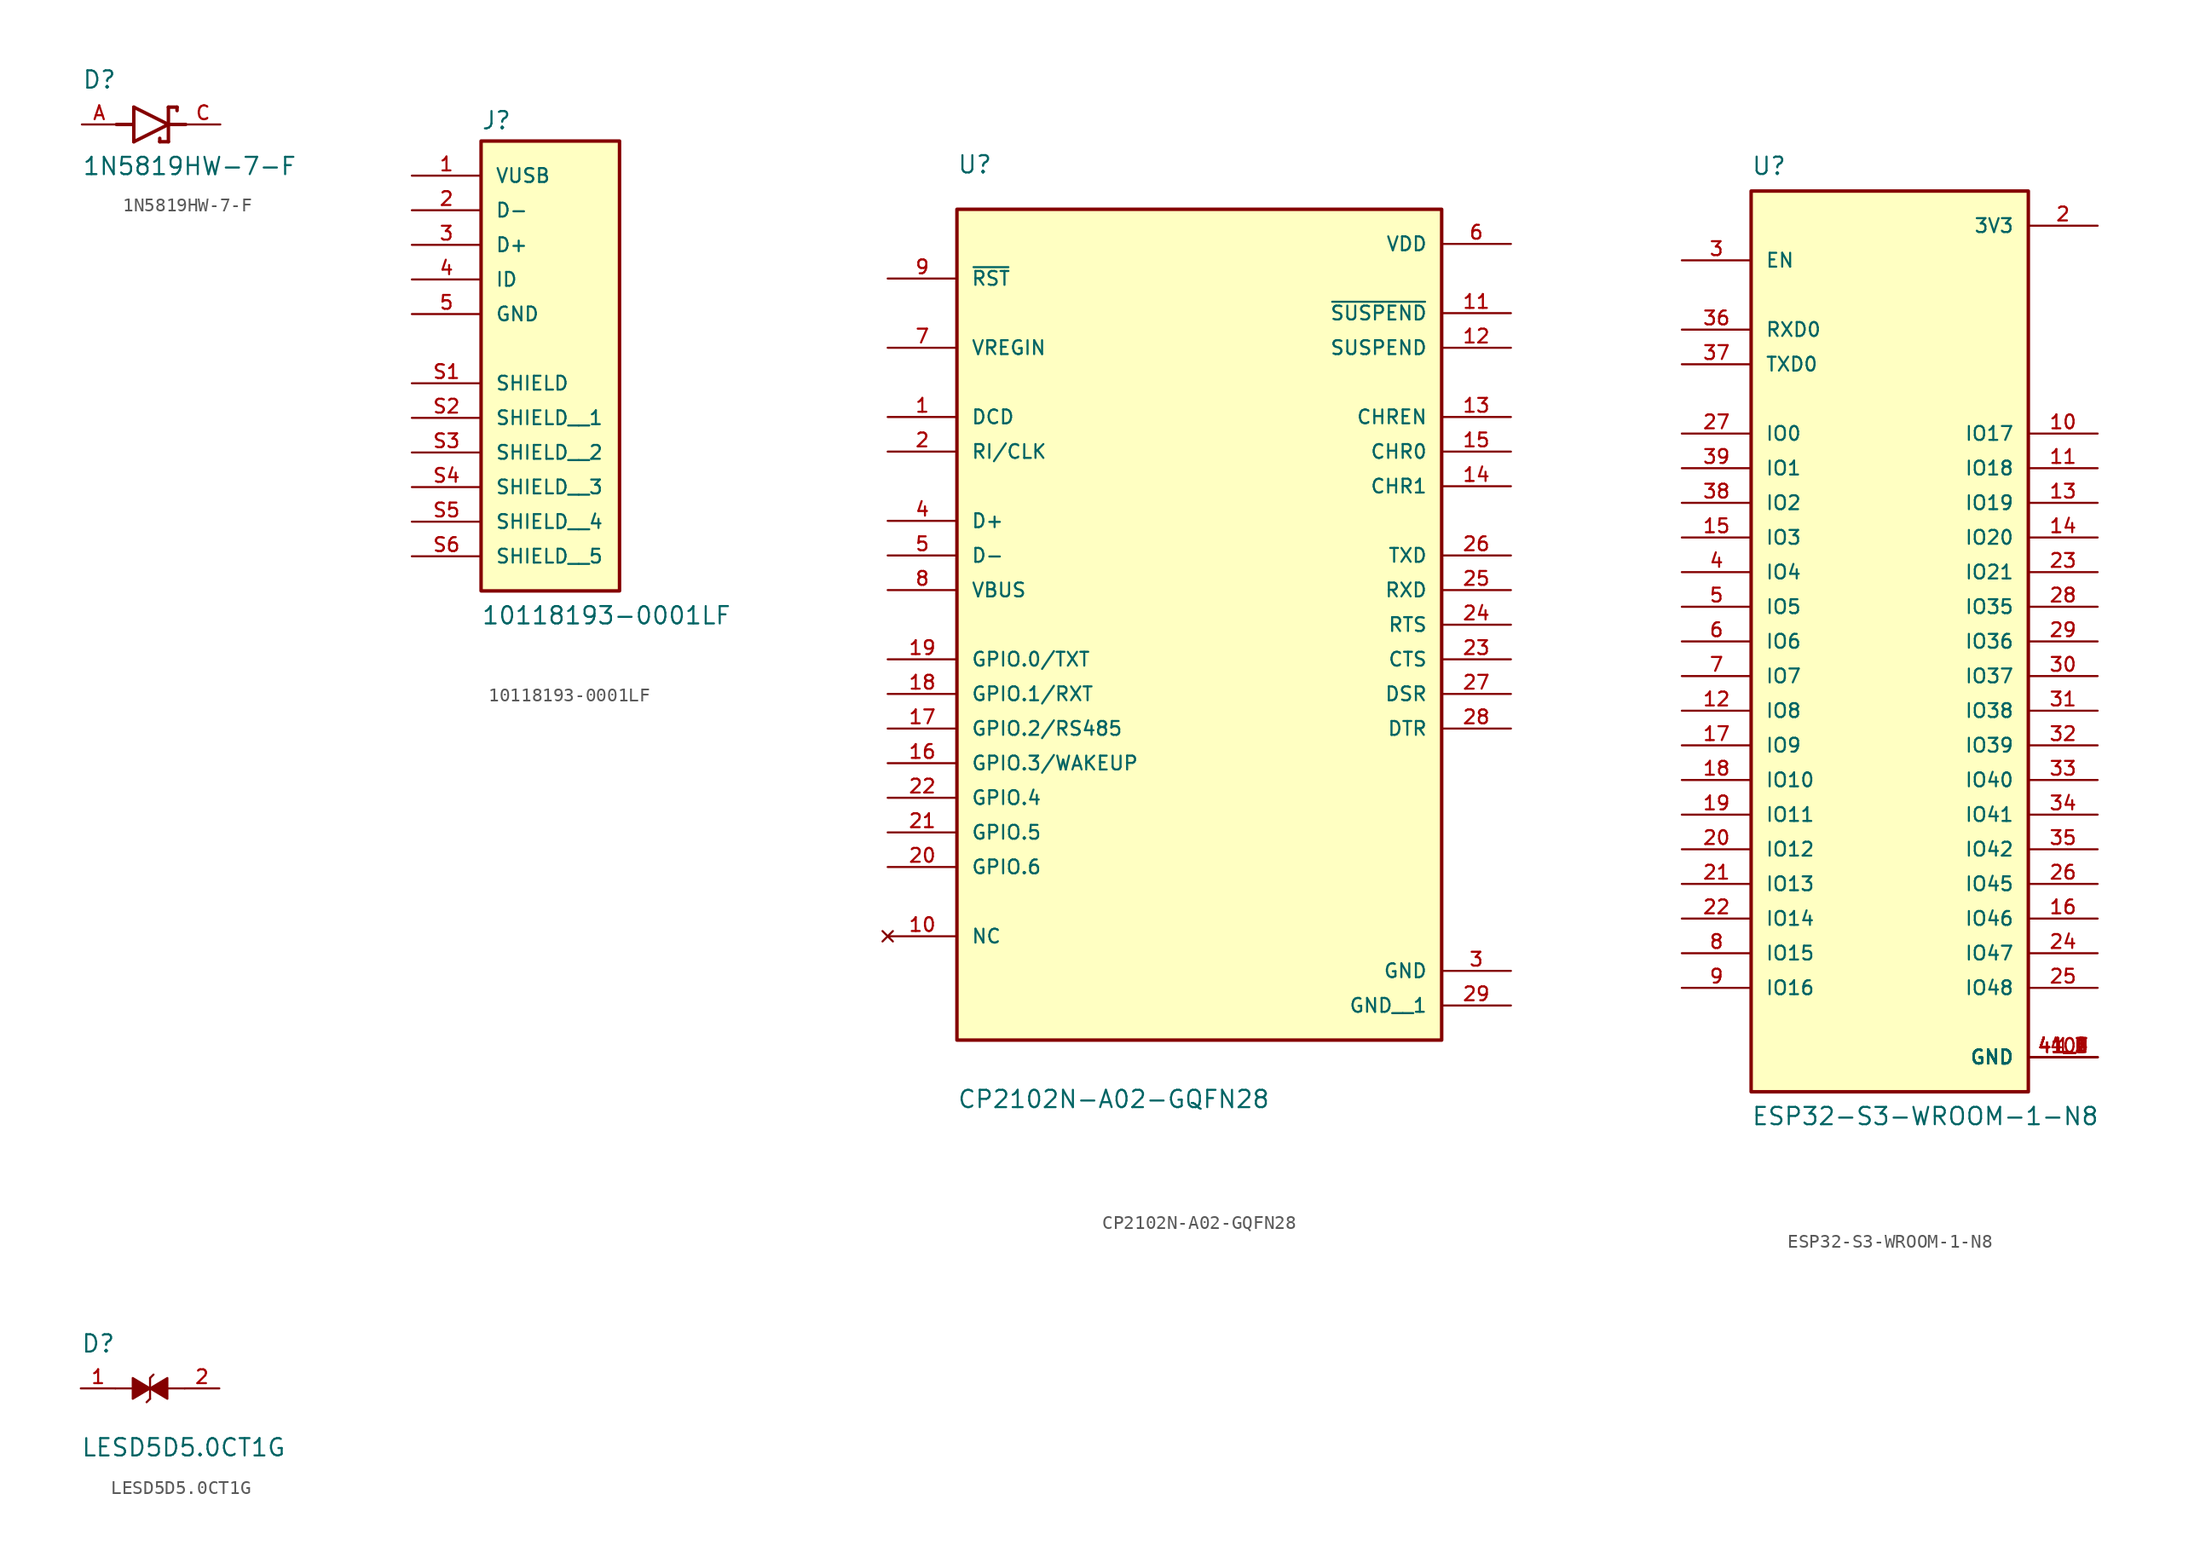
<source format=kicad_sym>
(kicad_symbol_lib
  (version 20231120)
  (generator "kicad_symbol_editor")
  (generator_version "8.0")
  (symbol "1N5819HW-7-F"
    (pin_names
      (offset 1.016))
    (property "Reference" "D"
      (at -5.08 2.54 0)
      (effects (font (size 1.27 1.27)) (justify left bottom)))
    (property "Value" "1N5819HW-7-F"
      (at -5.08 -3.81 0)
      (effects (font (size 1.27 1.27)) (justify left bottom)))
    (symbol "1N5819HW-7-F_0_0"
      (polyline (pts (xy -2.54 0) (xy -1.27 0)) (stroke (width 0.254) (type default)) (fill (type none)))
      (polyline (pts (xy -1.27 -1.27) (xy 1.27 0)) (stroke (width 0.254) (type default)) (fill (type none)))
      (polyline (pts (xy -1.27 0) (xy -1.27 -1.27)) (stroke (width 0.254) (type default)) (fill (type none)))
      (polyline (pts (xy -1.27 1.27) (xy -1.27 0)) (stroke (width 0.254) (type default)) (fill (type none)))
      (polyline (pts (xy 0.635 -1.016) (xy 0.635 -1.27)) (stroke (width 0.254) (type default)) (fill (type none)))
      (polyline (pts (xy 1.27 -1.27) (xy 0.635 -1.27)) (stroke (width 0.254) (type default)) (fill (type none)))
      (polyline (pts (xy 1.27 0) (xy -1.27 1.27)) (stroke (width 0.254) (type default)) (fill (type none)))
      (polyline (pts (xy 1.27 0) (xy 1.27 -1.27)) (stroke (width 0.254) (type default)) (fill (type none)))
      (polyline (pts (xy 1.27 1.27) (xy 1.27 0)) (stroke (width 0.254) (type default)) (fill (type none)))
      (polyline (pts (xy 1.905 1.27) (xy 1.27 1.27)) (stroke (width 0.254) (type default)) (fill (type none)))
      (polyline (pts (xy 1.905 1.27) (xy 1.905 1.016)) (stroke (width 0.254) (type default)) (fill (type none)))
      (polyline (pts (xy 2.54 0) (xy 1.27 0)) (stroke (width 0.254) (type default)) (fill (type none)))
      (pin passive line (at -5.08 0 0) (length 2.54) (name "~" (effects (font (size 1.016 1.016)))) (number "A" (effects (font (size 1.016 1.016)))))
      (pin passive line (at 5.08 0 180) (length 2.54) (name "~" (effects (font (size 1.016 1.016)))) (number "C" (effects (font (size 1.016 1.016)))))))
  (symbol "10118193-0001LF"
    (pin_names
      (offset 1.016))
    (property "Reference" "J"
      (at -5.082 10.929 0)
      (effects (font (size 1.27 1.27)) (justify left bottom)))
    (property "Value" "10118193-0001LF"
      (at -5.082 -25.41 0)
      (effects (font (size 1.27 1.27)) (justify left bottom)))
    (symbol "10118193-0001LF_0_0"
      (rectangle (start -5.08 -22.86) (end 5.08 10.16) (stroke (width 0.254) (type default)) (fill (type background)))
      (pin passive line (at -10.16 7.62 0) (length 5.08) (name "VUSB" (effects (font (size 1.016 1.016)))) (number "1" (effects (font (size 1.016 1.016)))))
      (pin passive line (at -10.16 5.08 0) (length 5.08) (name "D-" (effects (font (size 1.016 1.016)))) (number "2" (effects (font (size 1.016 1.016)))))
      (pin passive line (at -10.16 2.54 0) (length 5.08) (name "D+" (effects (font (size 1.016 1.016)))) (number "3" (effects (font (size 1.016 1.016)))))
      (pin passive line (at -10.16 0 0) (length 5.08) (name "ID" (effects (font (size 1.016 1.016)))) (number "4" (effects (font (size 1.016 1.016)))))
      (pin passive line (at -10.16 -2.54 0) (length 5.08) (name "GND" (effects (font (size 1.016 1.016)))) (number "5" (effects (font (size 1.016 1.016)))))
      (pin passive line (at -10.16 -7.62 0) (length 5.08) (name "SHIELD" (effects (font (size 1.016 1.016)))) (number "S1" (effects (font (size 1.016 1.016)))))
      (pin passive line (at -10.16 -10.16 0) (length 5.08) (name "SHIELD__1" (effects (font (size 1.016 1.016)))) (number "S2" (effects (font (size 1.016 1.016)))))
      (pin passive line (at -10.16 -12.7 0) (length 5.08) (name "SHIELD__2" (effects (font (size 1.016 1.016)))) (number "S3" (effects (font (size 1.016 1.016)))))
      (pin passive line (at -10.16 -15.24 0) (length 5.08) (name "SHIELD__3" (effects (font (size 1.016 1.016)))) (number "S4" (effects (font (size 1.016 1.016)))))
      (pin passive line (at -10.16 -17.78 0) (length 5.08) (name "SHIELD__4" (effects (font (size 1.016 1.016)))) (number "S5" (effects (font (size 1.016 1.016)))))
      (pin passive line (at -10.16 -20.32 0) (length 5.08) (name "SHIELD__5" (effects (font (size 1.016 1.016)))) (number "S6" (effects (font (size 1.016 1.016)))))))
  (symbol "CP2102N-A02-GQFN28"
    (pin_names
      (offset 1.016))
    (property "Reference" "U"
      (at -17.78 33.02 0)
      (effects (font (size 1.27 1.27)) (justify left bottom)))
    (property "Value" "CP2102N-A02-GQFN28"
      (at -17.78 -35.56 0)
      (effects (font (size 1.27 1.27)) (justify left bottom)))
    (symbol "CP2102N-A02-GQFN28_0_0"
      (rectangle (start -17.78 -30.48) (end 17.78 30.48) (stroke (width 0.254) (type default)) (fill (type background)))
      (pin input line (at -22.86 15.24 0) (length 5.08) (name "DCD" (effects (font (size 1.016 1.016)))) (number "1" (effects (font (size 1.016 1.016)))))
      (pin no_connect line (at -22.86 -22.86 0) (length 5.08) (name "NC" (effects (font (size 1.016 1.016)))) (number "10" (effects (font (size 1.016 1.016)))))
      (pin output line (at 22.86 22.86 180) (length 5.08) (name "~{SUSPEND}" (effects (font (size 1.016 1.016)))) (number "11" (effects (font (size 1.016 1.016)))))
      (pin output line (at 22.86 20.32 180) (length 5.08) (name "SUSPEND" (effects (font (size 1.016 1.016)))) (number "12" (effects (font (size 1.016 1.016)))))
      (pin output line (at 22.86 15.24 180) (length 5.08) (name "CHREN" (effects (font (size 1.016 1.016)))) (number "13" (effects (font (size 1.016 1.016)))))
      (pin output line (at 22.86 10.16 180) (length 5.08) (name "CHR1" (effects (font (size 1.016 1.016)))) (number "14" (effects (font (size 1.016 1.016)))))
      (pin output line (at 22.86 12.7 180) (length 5.08) (name "CHR0" (effects (font (size 1.016 1.016)))) (number "15" (effects (font (size 1.016 1.016)))))
      (pin bidirectional line (at -22.86 -10.16 0) (length 5.08) (name "GPIO.3/WAKEUP" (effects (font (size 1.016 1.016)))) (number "16" (effects (font (size 1.016 1.016)))))
      (pin bidirectional line (at -22.86 -7.62 0) (length 5.08) (name "GPIO.2/RS485" (effects (font (size 1.016 1.016)))) (number "17" (effects (font (size 1.016 1.016)))))
      (pin bidirectional line (at -22.86 -5.08 0) (length 5.08) (name "GPIO.1/RXT" (effects (font (size 1.016 1.016)))) (number "18" (effects (font (size 1.016 1.016)))))
      (pin bidirectional line (at -22.86 -2.54 0) (length 5.08) (name "GPIO.0/TXT" (effects (font (size 1.016 1.016)))) (number "19" (effects (font (size 1.016 1.016)))))
      (pin bidirectional line (at -22.86 12.7 0) (length 5.08) (name "RI/CLK" (effects (font (size 1.016 1.016)))) (number "2" (effects (font (size 1.016 1.016)))))
      (pin bidirectional line (at -22.86 -17.78 0) (length 5.08) (name "GPIO.6" (effects (font (size 1.016 1.016)))) (number "20" (effects (font (size 1.016 1.016)))))
      (pin bidirectional line (at -22.86 -15.24 0) (length 5.08) (name "GPIO.5" (effects (font (size 1.016 1.016)))) (number "21" (effects (font (size 1.016 1.016)))))
      (pin bidirectional line (at -22.86 -12.7 0) (length 5.08) (name "GPIO.4" (effects (font (size 1.016 1.016)))) (number "22" (effects (font (size 1.016 1.016)))))
      (pin input line (at 22.86 -2.54 180) (length 5.08) (name "CTS" (effects (font (size 1.016 1.016)))) (number "23" (effects (font (size 1.016 1.016)))))
      (pin output line (at 22.86 0 180) (length 5.08) (name "RTS" (effects (font (size 1.016 1.016)))) (number "24" (effects (font (size 1.016 1.016)))))
      (pin input line (at 22.86 2.54 180) (length 5.08) (name "RXD" (effects (font (size 1.016 1.016)))) (number "25" (effects (font (size 1.016 1.016)))))
      (pin output line (at 22.86 5.08 180) (length 5.08) (name "TXD" (effects (font (size 1.016 1.016)))) (number "26" (effects (font (size 1.016 1.016)))))
      (pin input line (at 22.86 -5.08 180) (length 5.08) (name "DSR" (effects (font (size 1.016 1.016)))) (number "27" (effects (font (size 1.016 1.016)))))
      (pin output line (at 22.86 -7.62 180) (length 5.08) (name "DTR" (effects (font (size 1.016 1.016)))) (number "28" (effects (font (size 1.016 1.016)))))
      (pin power_in line (at 22.86 -27.94 180) (length 5.08) (name "GND__1" (effects (font (size 1.016 1.016)))) (number "29" (effects (font (size 1.016 1.016)))))
      (pin power_in line (at 22.86 -25.4 180) (length 5.08) (name "GND" (effects (font (size 1.016 1.016)))) (number "3" (effects (font (size 1.016 1.016)))))
      (pin bidirectional line (at -22.86 7.62 0) (length 5.08) (name "D+" (effects (font (size 1.016 1.016)))) (number "4" (effects (font (size 1.016 1.016)))))
      (pin bidirectional line (at -22.86 5.08 0) (length 5.08) (name "D-" (effects (font (size 1.016 1.016)))) (number "5" (effects (font (size 1.016 1.016)))))
      (pin power_in line (at 22.86 27.94 180) (length 5.08) (name "VDD" (effects (font (size 1.016 1.016)))) (number "6" (effects (font (size 1.016 1.016)))))
      (pin input line (at -22.86 20.32 0) (length 5.08) (name "VREGIN" (effects (font (size 1.016 1.016)))) (number "7" (effects (font (size 1.016 1.016)))))
      (pin input line (at -22.86 2.54 0) (length 5.08) (name "VBUS" (effects (font (size 1.016 1.016)))) (number "8" (effects (font (size 1.016 1.016)))))
      (pin input line (at -22.86 25.4 0) (length 5.08) (name "~{RST}" (effects (font (size 1.016 1.016)))) (number "9" (effects (font (size 1.016 1.016)))))))
  (symbol "ESP32-S3-WROOM-1-N8"
    (pin_names
      (offset 1.016))
    (property "Reference" "U"
      (at -10.16 31.572 0)
      (effects (font (size 1.27 1.27)) (justify left bottom)))
    (property "Value" "ESP32-S3-WROOM-1-N8"
      (at -10.16 -38.1 0)
      (effects (font (size 1.27 1.27)) (justify left bottom)))
    (symbol "ESP32-S3-WROOM-1-N8_0_0"
      (rectangle (start -10.16 30.48) (end 10.16 -35.56) (stroke (width 0.254) (type default)) (fill (type background)))
      (pin power_in line (at 15.24 -33.02 180) (length 5.08) (name "GND" (effects (font (size 1.016 1.016)))) (number "1" (effects (font (size 1.016 1.016)))))
      (pin bidirectional line (at 15.24 12.7 180) (length 5.08) (name "IO17" (effects (font (size 1.016 1.016)))) (number "10" (effects (font (size 1.016 1.016)))))
      (pin bidirectional line (at 15.24 10.16 180) (length 5.08) (name "IO18" (effects (font (size 1.016 1.016)))) (number "11" (effects (font (size 1.016 1.016)))))
      (pin bidirectional line (at -15.24 -7.62 0) (length 5.08) (name "IO8" (effects (font (size 1.016 1.016)))) (number "12" (effects (font (size 1.016 1.016)))))
      (pin bidirectional line (at 15.24 7.62 180) (length 5.08) (name "IO19" (effects (font (size 1.016 1.016)))) (number "13" (effects (font (size 1.016 1.016)))))
      (pin bidirectional line (at 15.24 5.08 180) (length 5.08) (name "IO20" (effects (font (size 1.016 1.016)))) (number "14" (effects (font (size 1.016 1.016)))))
      (pin bidirectional line (at -15.24 5.08 0) (length 5.08) (name "IO3" (effects (font (size 1.016 1.016)))) (number "15" (effects (font (size 1.016 1.016)))))
      (pin bidirectional line (at 15.24 -22.86 180) (length 5.08) (name "IO46" (effects (font (size 1.016 1.016)))) (number "16" (effects (font (size 1.016 1.016)))))
      (pin bidirectional line (at -15.24 -10.16 0) (length 5.08) (name "IO9" (effects (font (size 1.016 1.016)))) (number "17" (effects (font (size 1.016 1.016)))))
      (pin bidirectional line (at -15.24 -12.7 0) (length 5.08) (name "IO10" (effects (font (size 1.016 1.016)))) (number "18" (effects (font (size 1.016 1.016)))))
      (pin bidirectional line (at -15.24 -15.24 0) (length 5.08) (name "IO11" (effects (font (size 1.016 1.016)))) (number "19" (effects (font (size 1.016 1.016)))))
      (pin power_in line (at 15.24 27.94 180) (length 5.08) (name "3V3" (effects (font (size 1.016 1.016)))) (number "2" (effects (font (size 1.016 1.016)))))
      (pin bidirectional line (at -15.24 -17.78 0) (length 5.08) (name "IO12" (effects (font (size 1.016 1.016)))) (number "20" (effects (font (size 1.016 1.016)))))
      (pin bidirectional line (at -15.24 -20.32 0) (length 5.08) (name "IO13" (effects (font (size 1.016 1.016)))) (number "21" (effects (font (size 1.016 1.016)))))
      (pin bidirectional line (at -15.24 -22.86 0) (length 5.08) (name "IO14" (effects (font (size 1.016 1.016)))) (number "22" (effects (font (size 1.016 1.016)))))
      (pin bidirectional line (at 15.24 2.54 180) (length 5.08) (name "IO21" (effects (font (size 1.016 1.016)))) (number "23" (effects (font (size 1.016 1.016)))))
      (pin bidirectional line (at 15.24 -25.4 180) (length 5.08) (name "IO47" (effects (font (size 1.016 1.016)))) (number "24" (effects (font (size 1.016 1.016)))))
      (pin bidirectional line (at 15.24 -27.94 180) (length 5.08) (name "IO48" (effects (font (size 1.016 1.016)))) (number "25" (effects (font (size 1.016 1.016)))))
      (pin bidirectional line (at 15.24 -20.32 180) (length 5.08) (name "IO45" (effects (font (size 1.016 1.016)))) (number "26" (effects (font (size 1.016 1.016)))))
      (pin bidirectional line (at -15.24 12.7 0) (length 5.08) (name "IO0" (effects (font (size 1.016 1.016)))) (number "27" (effects (font (size 1.016 1.016)))))
      (pin bidirectional line (at 15.24 0 180) (length 5.08) (name "IO35" (effects (font (size 1.016 1.016)))) (number "28" (effects (font (size 1.016 1.016)))))
      (pin bidirectional line (at 15.24 -2.54 180) (length 5.08) (name "IO36" (effects (font (size 1.016 1.016)))) (number "29" (effects (font (size 1.016 1.016)))))
      (pin input line (at -15.24 25.4 0) (length 5.08) (name "EN" (effects (font (size 1.016 1.016)))) (number "3" (effects (font (size 1.016 1.016)))))
      (pin bidirectional line (at 15.24 -5.08 180) (length 5.08) (name "IO37" (effects (font (size 1.016 1.016)))) (number "30" (effects (font (size 1.016 1.016)))))
      (pin bidirectional line (at 15.24 -7.62 180) (length 5.08) (name "IO38" (effects (font (size 1.016 1.016)))) (number "31" (effects (font (size 1.016 1.016)))))
      (pin bidirectional line (at 15.24 -10.16 180) (length 5.08) (name "IO39" (effects (font (size 1.016 1.016)))) (number "32" (effects (font (size 1.016 1.016)))))
      (pin bidirectional line (at 15.24 -12.7 180) (length 5.08) (name "IO40" (effects (font (size 1.016 1.016)))) (number "33" (effects (font (size 1.016 1.016)))))
      (pin bidirectional line (at 15.24 -15.24 180) (length 5.08) (name "IO41" (effects (font (size 1.016 1.016)))) (number "34" (effects (font (size 1.016 1.016)))))
      (pin bidirectional line (at 15.24 -17.78 180) (length 5.08) (name "IO42" (effects (font (size 1.016 1.016)))) (number "35" (effects (font (size 1.016 1.016)))))
      (pin bidirectional line (at -15.24 20.32 0) (length 5.08) (name "RXD0" (effects (font (size 1.016 1.016)))) (number "36" (effects (font (size 1.016 1.016)))))
      (pin bidirectional line (at -15.24 17.78 0) (length 5.08) (name "TXD0" (effects (font (size 1.016 1.016)))) (number "37" (effects (font (size 1.016 1.016)))))
      (pin bidirectional line (at -15.24 7.62 0) (length 5.08) (name "IO2" (effects (font (size 1.016 1.016)))) (number "38" (effects (font (size 1.016 1.016)))))
      (pin bidirectional line (at -15.24 10.16 0) (length 5.08) (name "IO1" (effects (font (size 1.016 1.016)))) (number "39" (effects (font (size 1.016 1.016)))))
      (pin bidirectional line (at -15.24 2.54 0) (length 5.08) (name "IO4" (effects (font (size 1.016 1.016)))) (number "4" (effects (font (size 1.016 1.016)))))
      (pin power_in line (at 15.24 -33.02 180) (length 5.08) (name "GND" (effects (font (size 1.016 1.016)))) (number "40" (effects (font (size 1.016 1.016)))))
      (pin power_in line (at 15.24 -33.02 180) (length 5.08) (name "GND" (effects (font (size 1.016 1.016)))) (number "41_1" (effects (font (size 1.016 1.016)))))
      (pin power_in line (at 15.24 -33.02 180) (length 5.08) (name "GND" (effects (font (size 1.016 1.016)))) (number "41_2" (effects (font (size 1.016 1.016)))))
      (pin power_in line (at 15.24 -33.02 180) (length 5.08) (name "GND" (effects (font (size 1.016 1.016)))) (number "41_3" (effects (font (size 1.016 1.016)))))
      (pin power_in line (at 15.24 -33.02 180) (length 5.08) (name "GND" (effects (font (size 1.016 1.016)))) (number "41_4" (effects (font (size 1.016 1.016)))))
      (pin power_in line (at 15.24 -33.02 180) (length 5.08) (name "GND" (effects (font (size 1.016 1.016)))) (number "41_5" (effects (font (size 1.016 1.016)))))
      (pin power_in line (at 15.24 -33.02 180) (length 5.08) (name "GND" (effects (font (size 1.016 1.016)))) (number "41_6" (effects (font (size 1.016 1.016)))))
      (pin power_in line (at 15.24 -33.02 180) (length 5.08) (name "GND" (effects (font (size 1.016 1.016)))) (number "41_7" (effects (font (size 1.016 1.016)))))
      (pin power_in line (at 15.24 -33.02 180) (length 5.08) (name "GND" (effects (font (size 1.016 1.016)))) (number "41_8" (effects (font (size 1.016 1.016)))))
      (pin power_in line (at 15.24 -33.02 180) (length 5.08) (name "GND" (effects (font (size 1.016 1.016)))) (number "41_9" (effects (font (size 1.016 1.016)))))
      (pin bidirectional line (at -15.24 0 0) (length 5.08) (name "IO5" (effects (font (size 1.016 1.016)))) (number "5" (effects (font (size 1.016 1.016)))))
      (pin bidirectional line (at -15.24 -2.54 0) (length 5.08) (name "IO6" (effects (font (size 1.016 1.016)))) (number "6" (effects (font (size 1.016 1.016)))))
      (pin bidirectional line (at -15.24 -5.08 0) (length 5.08) (name "IO7" (effects (font (size 1.016 1.016)))) (number "7" (effects (font (size 1.016 1.016)))))
      (pin bidirectional line (at -15.24 -25.4 0) (length 5.08) (name "IO15" (effects (font (size 1.016 1.016)))) (number "8" (effects (font (size 1.016 1.016)))))
      (pin bidirectional line (at -15.24 -27.94 0) (length 5.08) (name "IO16" (effects (font (size 1.016 1.016)))) (number "9" (effects (font (size 1.016 1.016)))))))
  (symbol "LESD5D5.0CT1G"
    (pin_names
      (offset 1.016))
    (property "Reference" "D"
      (at -5.08 2.54 0)
      (effects (font (size 1.27 1.27)) (justify left bottom)))
    (property "Value" "LESD5D5.0CT1G"
      (at -5.08 -5.08 0)
      (effects (font (size 1.27 1.27)) (justify left bottom)))
    (symbol "LESD5D5.0CT1G_0_0"
      (polyline (pts (xy -1.27 0) (xy -2.54 0)) (stroke (width 0.152) (type default)) (fill (type none)))
      (polyline (pts (xy 0 -0.762) (xy -0.254 -1.016)) (stroke (width 0.152) (type default)) (fill (type none)))
      (polyline (pts (xy 0 -0.762) (xy 0 0.762)) (stroke (width 0.152) (type default)) (fill (type none)))
      (polyline (pts (xy 0 0.762) (xy 0.254 1.016)) (stroke (width 0.152) (type default)) (fill (type none)))
      (polyline (pts (xy 1.27 0) (xy 2.54 0)) (stroke (width 0.152) (type default)) (fill (type none)))
      (polyline (pts (xy 0 0) (xy -1.27 -0.762) (xy -1.27 0.762) (xy 0 0)) (stroke (width 0.152) (type default)) (fill (type outline)))
      (polyline (pts (xy 0 0) (xy 1.27 0.762) (xy 1.27 -0.762) (xy 0 0)) (stroke (width 0.152) (type default)) (fill (type outline)))
      (pin passive line (at -5.08 0 0) (length 2.54) (name "~" (effects (font (size 1.016 1.016)))) (number "1" (effects (font (size 1.016 1.016)))))
      (pin passive line (at 5.08 0 180) (length 2.54) (name "~" (effects (font (size 1.016 1.016)))) (number "2" (effects (font (size 1.016 1.016))))))))
</source>
